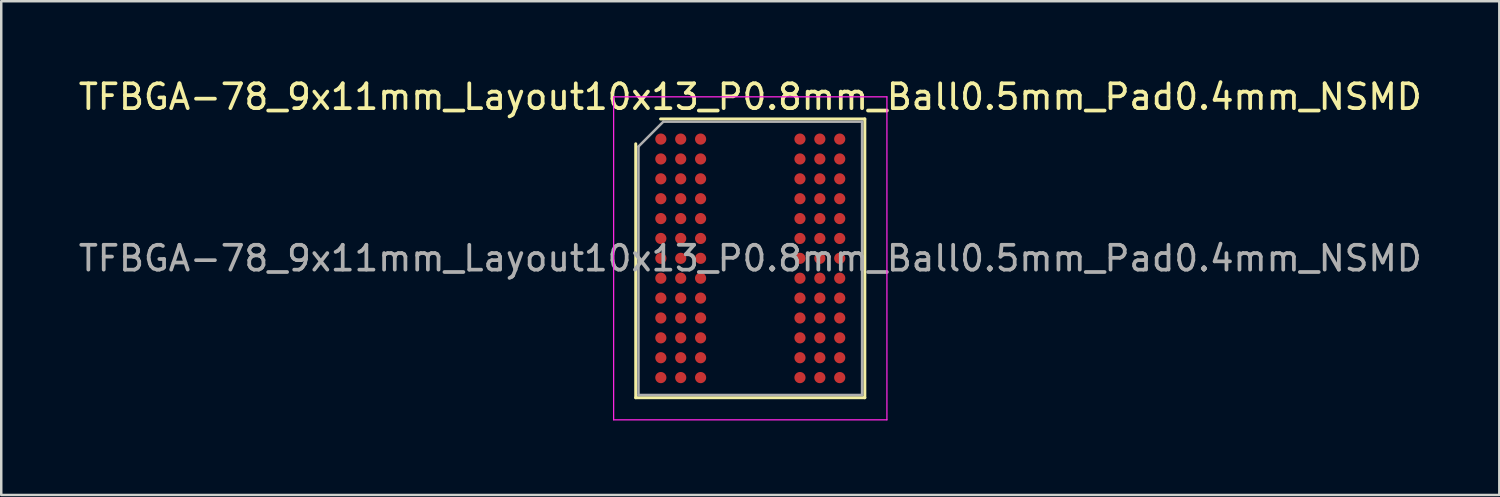
<source format=kicad_pcb>
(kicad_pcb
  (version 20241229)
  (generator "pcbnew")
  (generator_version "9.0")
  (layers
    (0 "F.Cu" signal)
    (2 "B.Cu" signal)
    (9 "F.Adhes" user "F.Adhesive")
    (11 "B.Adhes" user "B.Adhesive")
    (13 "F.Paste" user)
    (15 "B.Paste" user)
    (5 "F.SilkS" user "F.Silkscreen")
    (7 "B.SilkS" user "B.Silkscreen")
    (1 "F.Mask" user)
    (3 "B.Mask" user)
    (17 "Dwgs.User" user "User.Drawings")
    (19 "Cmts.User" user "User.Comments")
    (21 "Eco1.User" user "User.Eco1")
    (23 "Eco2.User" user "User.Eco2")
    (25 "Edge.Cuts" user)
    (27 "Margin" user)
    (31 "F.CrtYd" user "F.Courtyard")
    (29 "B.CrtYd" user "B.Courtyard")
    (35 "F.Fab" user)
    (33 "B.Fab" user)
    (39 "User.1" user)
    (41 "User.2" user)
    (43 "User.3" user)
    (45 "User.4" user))
  (footprint "TFBGA-78_9x11mm_Layout10x13_P0.8mm_Ball0.5mm_Pad0.4mm_NSMD"
    (layer "F.Cu")
    (at 27.149 7.348)
    (property "Reference" "TFBGA-78_9x11mm_Layout10x13_P0.8mm_Ball0.5mm_Pad0.4mm_NSMD" (at 0 -6.5 0) (layer "F.SilkS") (effects (font (size 1 1) (thickness 0.15))))
    (attr smd)
    (fp_line (start -4.61 5.61) (end -4.61 -4.61) (stroke (width 0.12) (type solid)) (layer "F.SilkS"))
    (fp_line (start -3.61 -5.61) (end 4.61 -5.61) (stroke (width 0.12) (type solid)) (layer "F.SilkS"))
    (fp_line (start 4.61 -5.61) (end 4.61 5.61) (stroke (width 0.12) (type solid)) (layer "F.SilkS"))
    (fp_line (start 4.61 5.61) (end -4.61 5.61) (stroke (width 0.12) (type solid)) (layer "F.SilkS"))
    (fp_line (start -5.5 -6.5) (end -5.5 6.5) (stroke (width 0.05) (type solid)) (layer "F.CrtYd"))
    (fp_line (start -5.5 6.5) (end 5.5 6.5) (stroke (width 0.05) (type solid)) (layer "F.CrtYd"))
    (fp_line (start 5.5 -6.5) (end -5.5 -6.5) (stroke (width 0.05) (type solid)) (layer "F.CrtYd"))
    (fp_line (start 5.5 6.5) (end 5.5 -6.5) (stroke (width 0.05) (type solid)) (layer "F.CrtYd"))
    (fp_line (start -4.5 -4.5) (end -3.5 -5.5) (stroke (width 0.1) (type solid)) (layer "F.Fab"))
    (fp_line (start -4.5 5.5) (end -4.5 -4.5) (stroke (width 0.1) (type solid)) (layer "F.Fab"))
    (fp_line (start -3.5 -5.5) (end 4.5 -5.5) (stroke (width 0.1) (type solid)) (layer "F.Fab"))
    (fp_line (start 4.5 -5.5) (end 4.5 5.5) (stroke (width 0.1) (type solid)) (layer "F.Fab"))
    (fp_line (start 4.5 5.5) (end -4.5 5.5) (stroke (width 0.1) (type solid)) (layer "F.Fab"))
    (fp_text user "${REFERENCE}" (at 0 0 0) (layer "F.Fab") (effects (font (size 1 1) (thickness 0.15))))
    (pad "A1" smd circle (at -3.6 -4.8) (size 0.45 0.45) (layers "F.Cu" "F.Mask" "F.Paste"))
    (pad "A2" smd circle (at -2.8 -4.8) (size 0.45 0.45) (layers "F.Cu" "F.Mask" "F.Paste"))
    (pad "A3" smd circle (at -2 -4.8) (size 0.45 0.45) (layers "F.Cu" "F.Mask" "F.Paste"))
    (pad "A8" smd circle (at 2 -4.8) (size 0.45 0.45) (layers "F.Cu" "F.Mask" "F.Paste"))
    (pad "A9" smd circle (at 2.8 -4.8) (size 0.45 0.45) (layers "F.Cu" "F.Mask" "F.Paste"))
    (pad "A10" smd circle (at 3.6 -4.8) (size 0.45 0.45) (layers "F.Cu" "F.Mask" "F.Paste"))
    (pad "B1" smd circle (at -3.6 -4) (size 0.45 0.45) (layers "F.Cu" "F.Mask" "F.Paste"))
    (pad "B2" smd circle (at -2.8 -4) (size 0.45 0.45) (layers "F.Cu" "F.Mask" "F.Paste"))
    (pad "B3" smd circle (at -2 -4) (size 0.45 0.45) (layers "F.Cu" "F.Mask" "F.Paste"))
    (pad "B8" smd circle (at 2 -4) (size 0.45 0.45) (layers "F.Cu" "F.Mask" "F.Paste"))
    (pad "B9" smd circle (at 2.8 -4) (size 0.45 0.45) (layers "F.Cu" "F.Mask" "F.Paste"))
    (pad "B10" smd circle (at 3.6 -4) (size 0.45 0.45) (layers "F.Cu" "F.Mask" "F.Paste"))
    (pad "C1" smd circle (at -3.6 -3.2) (size 0.45 0.45) (layers "F.Cu" "F.Mask" "F.Paste"))
    (pad "C2" smd circle (at -2.8 -3.2) (size 0.45 0.45) (layers "F.Cu" "F.Mask" "F.Paste"))
    (pad "C3" smd circle (at -2 -3.2) (size 0.45 0.45) (layers "F.Cu" "F.Mask" "F.Paste"))
    (pad "C8" smd circle (at 2 -3.2) (size 0.45 0.45) (layers "F.Cu" "F.Mask" "F.Paste"))
    (pad "C9" smd circle (at 2.8 -3.2) (size 0.45 0.45) (layers "F.Cu" "F.Mask" "F.Paste"))
    (pad "C10" smd circle (at 3.6 -3.2) (size 0.45 0.45) (layers "F.Cu" "F.Mask" "F.Paste"))
    (pad "D1" smd circle (at -3.6 -2.4) (size 0.45 0.45) (layers "F.Cu" "F.Mask" "F.Paste"))
    (pad "D2" smd circle (at -2.8 -2.4) (size 0.45 0.45) (layers "F.Cu" "F.Mask" "F.Paste"))
    (pad "D3" smd circle (at -2 -2.4) (size 0.45 0.45) (layers "F.Cu" "F.Mask" "F.Paste"))
    (pad "D8" smd circle (at 2 -2.4) (size 0.45 0.45) (layers "F.Cu" "F.Mask" "F.Paste"))
    (pad "D9" smd circle (at 2.8 -2.4) (size 0.45 0.45) (layers "F.Cu" "F.Mask" "F.Paste"))
    (pad "D10" smd circle (at 3.6 -2.4) (size 0.45 0.45) (layers "F.Cu" "F.Mask" "F.Paste"))
    (pad "E1" smd circle (at -3.6 -1.6) (size 0.45 0.45) (layers "F.Cu" "F.Mask" "F.Paste"))
    (pad "E2" smd circle (at -2.8 -1.6) (size 0.45 0.45) (layers "F.Cu" "F.Mask" "F.Paste"))
    (pad "E3" smd circle (at -2 -1.6) (size 0.45 0.45) (layers "F.Cu" "F.Mask" "F.Paste"))
    (pad "E8" smd circle (at 2 -1.6) (size 0.45 0.45) (layers "F.Cu" "F.Mask" "F.Paste"))
    (pad "E9" smd circle (at 2.8 -1.6) (size 0.45 0.45) (layers "F.Cu" "F.Mask" "F.Paste"))
    (pad "E10" smd circle (at 3.6 -1.6) (size 0.45 0.45) (layers "F.Cu" "F.Mask" "F.Paste"))
    (pad "F1" smd circle (at -3.6 -0.8) (size 0.45 0.45) (layers "F.Cu" "F.Mask" "F.Paste"))
    (pad "F2" smd circle (at -2.8 -0.8) (size 0.45 0.45) (layers "F.Cu" "F.Mask" "F.Paste"))
    (pad "F3" smd circle (at -2 -0.8) (size 0.45 0.45) (layers "F.Cu" "F.Mask" "F.Paste"))
    (pad "F8" smd circle (at 2 -0.8) (size 0.45 0.45) (layers "F.Cu" "F.Mask" "F.Paste"))
    (pad "F9" smd circle (at 2.8 -0.8) (size 0.45 0.45) (layers "F.Cu" "F.Mask" "F.Paste"))
    (pad "F10" smd circle (at 3.6 -0.8) (size 0.45 0.45) (layers "F.Cu" "F.Mask" "F.Paste"))
    (pad "G1" smd circle (at -3.6 0) (size 0.45 0.45) (layers "F.Cu" "F.Mask" "F.Paste"))
    (pad "G2" smd circle (at -2.8 0) (size 0.45 0.45) (layers "F.Cu" "F.Mask" "F.Paste"))
    (pad "G3" smd circle (at -2 0) (size 0.45 0.45) (layers "F.Cu" "F.Mask" "F.Paste"))
    (pad "G8" smd circle (at 2 0) (size 0.45 0.45) (layers "F.Cu" "F.Mask" "F.Paste"))
    (pad "G9" smd circle (at 2.8 0) (size 0.45 0.45) (layers "F.Cu" "F.Mask" "F.Paste"))
    (pad "G10" smd circle (at 3.6 0) (size 0.45 0.45) (layers "F.Cu" "F.Mask" "F.Paste"))
    (pad "H1" smd circle (at -3.6 0.8) (size 0.45 0.45) (layers "F.Cu" "F.Mask" "F.Paste"))
    (pad "H2" smd circle (at -2.8 0.8) (size 0.45 0.45) (layers "F.Cu" "F.Mask" "F.Paste"))
    (pad "H3" smd circle (at -2 0.8) (size 0.45 0.45) (layers "F.Cu" "F.Mask" "F.Paste"))
    (pad "H8" smd circle (at 2 0.8) (size 0.45 0.45) (layers "F.Cu" "F.Mask" "F.Paste"))
    (pad "H9" smd circle (at 2.8 0.8) (size 0.45 0.45) (layers "F.Cu" "F.Mask" "F.Paste"))
    (pad "H10" smd circle (at 3.6 0.8) (size 0.45 0.45) (layers "F.Cu" "F.Mask" "F.Paste"))
    (pad "J1" smd circle (at -3.6 1.6) (size 0.45 0.45) (layers "F.Cu" "F.Mask" "F.Paste"))
    (pad "J2" smd circle (at -2.8 1.6) (size 0.45 0.45) (layers "F.Cu" "F.Mask" "F.Paste"))
    (pad "J3" smd circle (at -2 1.6) (size 0.45 0.45) (layers "F.Cu" "F.Mask" "F.Paste"))
    (pad "J8" smd circle (at 2 1.6) (size 0.45 0.45) (layers "F.Cu" "F.Mask" "F.Paste"))
    (pad "J9" smd circle (at 2.8 1.6) (size 0.45 0.45) (layers "F.Cu" "F.Mask" "F.Paste"))
    (pad "J10" smd circle (at 3.6 1.6) (size 0.45 0.45) (layers "F.Cu" "F.Mask" "F.Paste"))
    (pad "K1" smd circle (at -3.6 2.4) (size 0.45 0.45) (layers "F.Cu" "F.Mask" "F.Paste"))
    (pad "K2" smd circle (at -2.8 2.4) (size 0.45 0.45) (layers "F.Cu" "F.Mask" "F.Paste"))
    (pad "K3" smd circle (at -2 2.4) (size 0.45 0.45) (layers "F.Cu" "F.Mask" "F.Paste"))
    (pad "K8" smd circle (at 2 2.4) (size 0.45 0.45) (layers "F.Cu" "F.Mask" "F.Paste"))
    (pad "K9" smd circle (at 2.8 2.4) (size 0.45 0.45) (layers "F.Cu" "F.Mask" "F.Paste"))
    (pad "K10" smd circle (at 3.6 2.4) (size 0.45 0.45) (layers "F.Cu" "F.Mask" "F.Paste"))
    (pad "L1" smd circle (at -3.6 3.2) (size 0.45 0.45) (layers "F.Cu" "F.Mask" "F.Paste"))
    (pad "L2" smd circle (at -2.8 3.2) (size 0.45 0.45) (layers "F.Cu" "F.Mask" "F.Paste"))
    (pad "L3" smd circle (at -2 3.2) (size 0.45 0.45) (layers "F.Cu" "F.Mask" "F.Paste"))
    (pad "L8" smd circle (at 2 3.2) (size 0.45 0.45) (layers "F.Cu" "F.Mask" "F.Paste"))
    (pad "L9" smd circle (at 2.8 3.2) (size 0.45 0.45) (layers "F.Cu" "F.Mask" "F.Paste"))
    (pad "L10" smd circle (at 3.6 3.2) (size 0.45 0.45) (layers "F.Cu" "F.Mask" "F.Paste"))
    (pad "M1" smd circle (at -3.6 4) (size 0.45 0.45) (layers "F.Cu" "F.Mask" "F.Paste"))
    (pad "M2" smd circle (at -2.8 4) (size 0.45 0.45) (layers "F.Cu" "F.Mask" "F.Paste"))
    (pad "M3" smd circle (at -2 4) (size 0.45 0.45) (layers "F.Cu" "F.Mask" "F.Paste"))
    (pad "M8" smd circle (at 2 4) (size 0.45 0.45) (layers "F.Cu" "F.Mask" "F.Paste"))
    (pad "M9" smd circle (at 2.8 4) (size 0.45 0.45) (layers "F.Cu" "F.Mask" "F.Paste"))
    (pad "M10" smd circle (at 3.6 4) (size 0.45 0.45) (layers "F.Cu" "F.Mask" "F.Paste"))
    (pad "N1" smd circle (at -3.6 4.8) (size 0.45 0.45) (layers "F.Cu" "F.Mask" "F.Paste"))
    (pad "N2" smd circle (at -2.8 4.8) (size 0.45 0.45) (layers "F.Cu" "F.Mask" "F.Paste"))
    (pad "N3" smd circle (at -2 4.8) (size 0.45 0.45) (layers "F.Cu" "F.Mask" "F.Paste"))
    (pad "N8" smd circle (at 2 4.8) (size 0.45 0.45) (layers "F.Cu" "F.Mask" "F.Paste"))
    (pad "N9" smd circle (at 2.8 4.8) (size 0.45 0.45) (layers "F.Cu" "F.Mask" "F.Paste"))
    (pad "N10" smd circle (at 3.6 4.8) (size 0.45 0.45) (layers "F.Cu" "F.Mask" "F.Paste")))
  (gr_rect
    (start -3 -3)
    (end 57.298 16.873)
    (stroke (width 0.1) (type default))
    (fill no)
    (layer "Edge.Cuts")))
</source>
